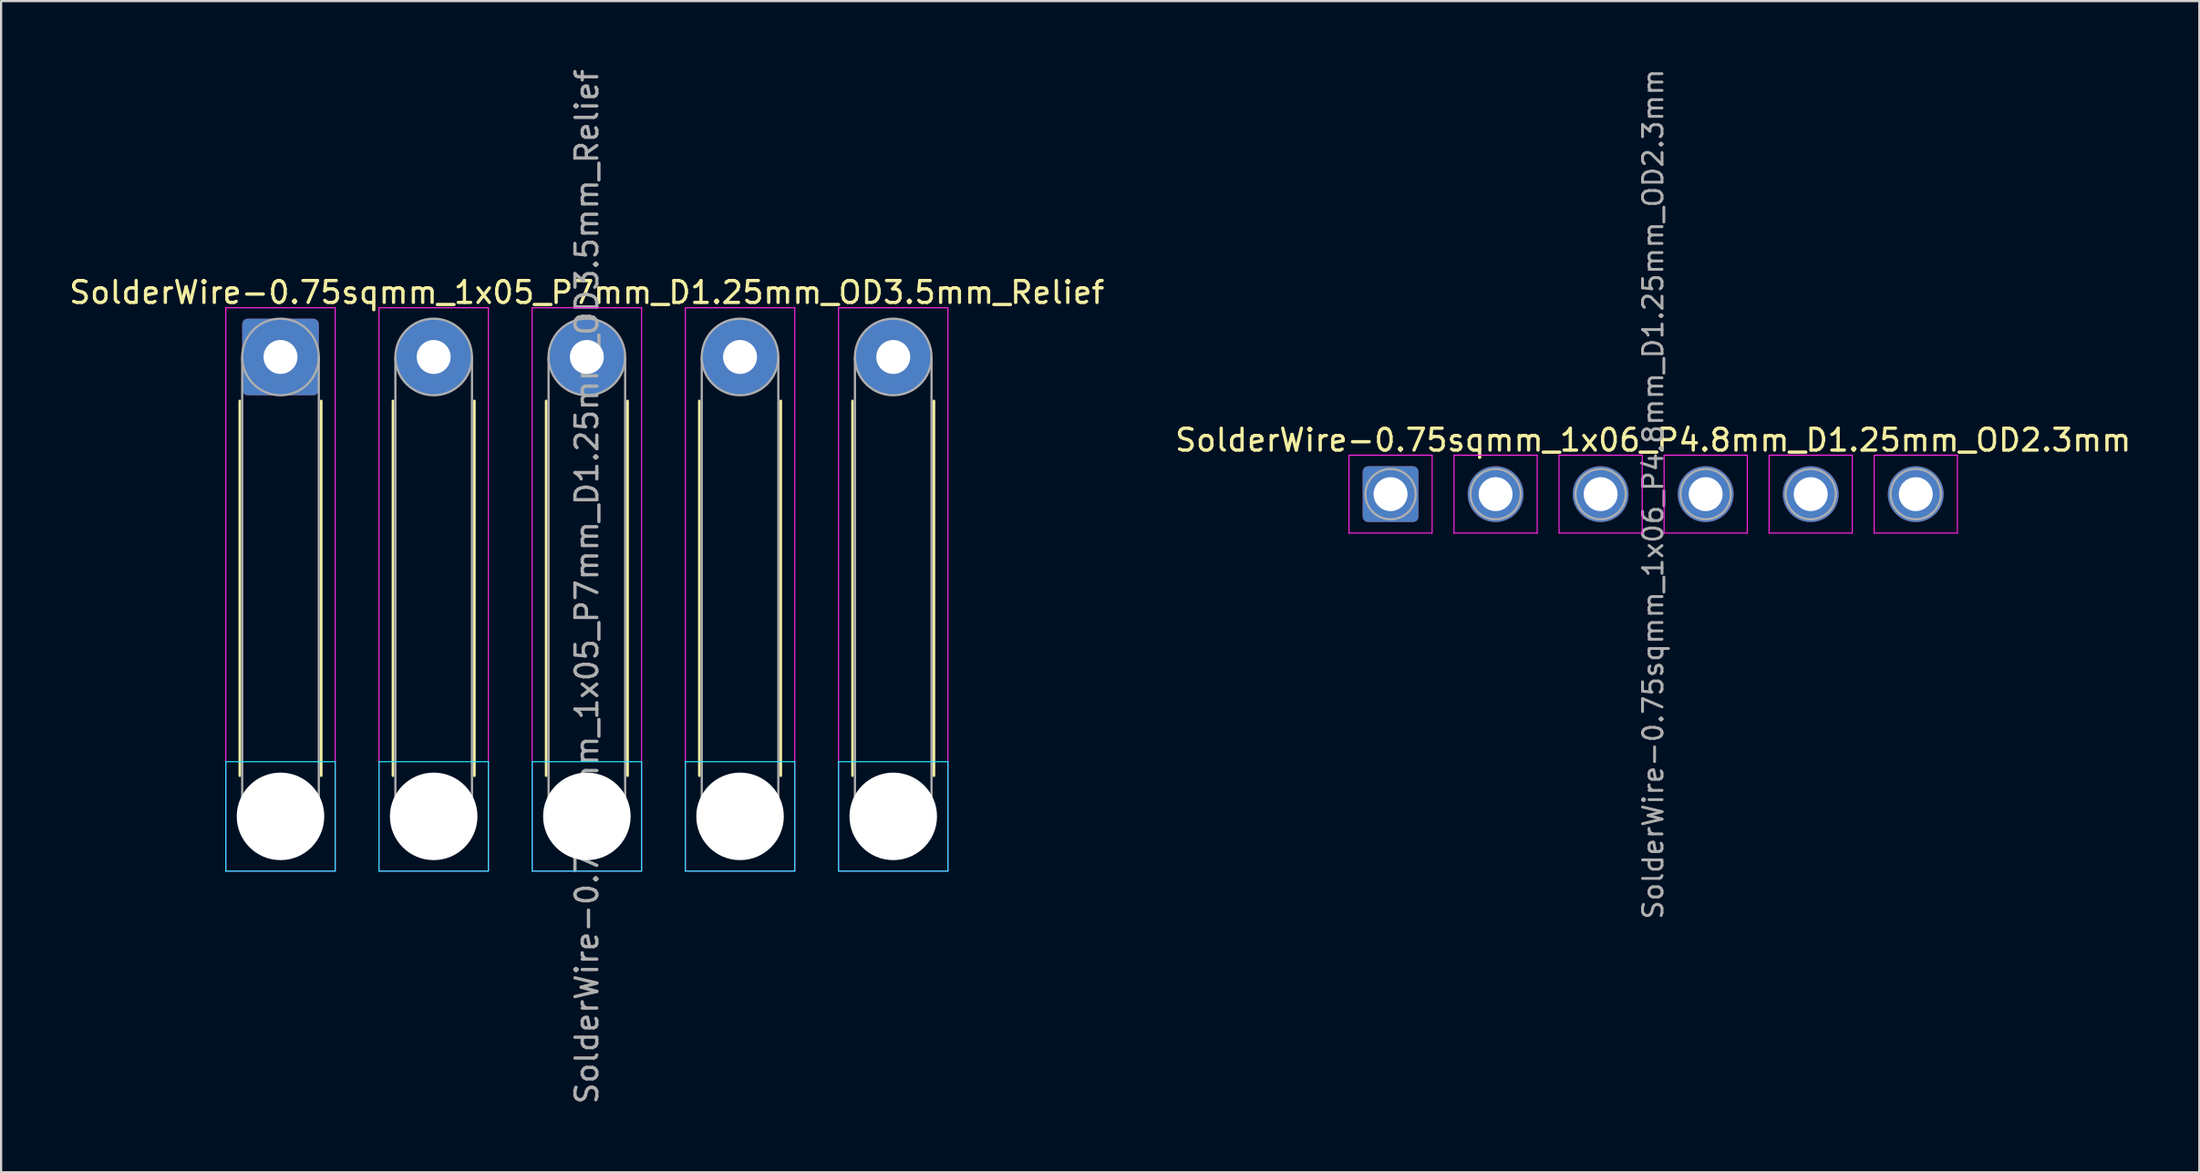
<source format=kicad_pcb>
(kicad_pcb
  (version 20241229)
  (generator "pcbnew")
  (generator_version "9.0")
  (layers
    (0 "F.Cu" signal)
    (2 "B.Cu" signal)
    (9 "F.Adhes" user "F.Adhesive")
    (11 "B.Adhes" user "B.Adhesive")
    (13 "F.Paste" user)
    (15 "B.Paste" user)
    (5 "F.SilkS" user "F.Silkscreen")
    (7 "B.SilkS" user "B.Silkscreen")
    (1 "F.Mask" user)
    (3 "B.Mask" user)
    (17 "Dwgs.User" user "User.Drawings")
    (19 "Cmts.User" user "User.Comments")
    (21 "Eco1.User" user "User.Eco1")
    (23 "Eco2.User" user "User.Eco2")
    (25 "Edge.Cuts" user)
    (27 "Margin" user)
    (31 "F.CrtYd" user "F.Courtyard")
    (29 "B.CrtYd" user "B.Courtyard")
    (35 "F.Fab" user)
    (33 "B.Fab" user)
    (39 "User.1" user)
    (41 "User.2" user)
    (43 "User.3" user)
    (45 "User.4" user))
  (footprint "SolderWire-0.75sqmm_1x06_P4.8mm_D1.25mm_OD2.3mm"
    (layer "F.Cu")
    (at 60.494 19.538)
    (property "Reference" "SolderWire-0.75sqmm_1x06_P4.8mm_D1.25mm_OD2.3mm" (at 12 -2.47 0) (layer "F.SilkS") (effects (font (size 1 1) (thickness 0.15))))
    (attr exclude_from_pos_files exclude_from_bom)
    (fp_line (start -1.9 -1.78) (end -1.9 1.78) (stroke (width 0.05) (type solid)) (layer "F.CrtYd"))
    (fp_line (start -1.9 1.78) (end 1.9 1.78) (stroke (width 0.05) (type solid)) (layer "F.CrtYd"))
    (fp_line (start 1.9 -1.78) (end -1.9 -1.78) (stroke (width 0.05) (type solid)) (layer "F.CrtYd"))
    (fp_line (start 1.9 1.78) (end 1.9 -1.78) (stroke (width 0.05) (type solid)) (layer "F.CrtYd"))
    (fp_line (start 2.9 -1.78) (end 2.9 1.78) (stroke (width 0.05) (type solid)) (layer "F.CrtYd"))
    (fp_line (start 2.9 1.78) (end 6.7 1.78) (stroke (width 0.05) (type solid)) (layer "F.CrtYd"))
    (fp_line (start 6.7 -1.78) (end 2.9 -1.78) (stroke (width 0.05) (type solid)) (layer "F.CrtYd"))
    (fp_line (start 6.7 1.78) (end 6.7 -1.78) (stroke (width 0.05) (type solid)) (layer "F.CrtYd"))
    (fp_line (start 7.7 -1.78) (end 7.7 1.78) (stroke (width 0.05) (type solid)) (layer "F.CrtYd"))
    (fp_line (start 7.7 1.78) (end 11.5 1.78) (stroke (width 0.05) (type solid)) (layer "F.CrtYd"))
    (fp_line (start 11.5 -1.78) (end 7.7 -1.78) (stroke (width 0.05) (type solid)) (layer "F.CrtYd"))
    (fp_line (start 11.5 1.78) (end 11.5 -1.78) (stroke (width 0.05) (type solid)) (layer "F.CrtYd"))
    (fp_line (start 12.5 -1.78) (end 12.5 1.78) (stroke (width 0.05) (type solid)) (layer "F.CrtYd"))
    (fp_line (start 12.5 1.78) (end 16.3 1.78) (stroke (width 0.05) (type solid)) (layer "F.CrtYd"))
    (fp_line (start 16.3 -1.78) (end 12.5 -1.78) (stroke (width 0.05) (type solid)) (layer "F.CrtYd"))
    (fp_line (start 16.3 1.78) (end 16.3 -1.78) (stroke (width 0.05) (type solid)) (layer "F.CrtYd"))
    (fp_line (start 17.3 -1.78) (end 17.3 1.78) (stroke (width 0.05) (type solid)) (layer "F.CrtYd"))
    (fp_line (start 17.3 1.78) (end 21.1 1.78) (stroke (width 0.05) (type solid)) (layer "F.CrtYd"))
    (fp_line (start 21.1 -1.78) (end 17.3 -1.78) (stroke (width 0.05) (type solid)) (layer "F.CrtYd"))
    (fp_line (start 21.1 1.78) (end 21.1 -1.78) (stroke (width 0.05) (type solid)) (layer "F.CrtYd"))
    (fp_line (start 22.1 -1.78) (end 22.1 1.78) (stroke (width 0.05) (type solid)) (layer "F.CrtYd"))
    (fp_line (start 22.1 1.78) (end 25.9 1.78) (stroke (width 0.05) (type solid)) (layer "F.CrtYd"))
    (fp_line (start 25.9 -1.78) (end 22.1 -1.78) (stroke (width 0.05) (type solid)) (layer "F.CrtYd"))
    (fp_line (start 25.9 1.78) (end 25.9 -1.78) (stroke (width 0.05) (type solid)) (layer "F.CrtYd"))
    (fp_circle (center 0 0) (end 1.15 0) (stroke (width 0.1) (type solid)) (fill no) (layer "F.Fab"))
    (fp_circle (center 4.8 0) (end 5.95 0) (stroke (width 0.1) (type solid)) (fill no) (layer "F.Fab"))
    (fp_circle (center 9.6 0) (end 10.75 0) (stroke (width 0.1) (type solid)) (fill no) (layer "F.Fab"))
    (fp_circle (center 14.4 0) (end 15.55 0) (stroke (width 0.1) (type solid)) (fill no) (layer "F.Fab"))
    (fp_circle (center 19.2 0) (end 20.35 0) (stroke (width 0.1) (type solid)) (fill no) (layer "F.Fab"))
    (fp_circle (center 24 0) (end 25.15 0) (stroke (width 0.1) (type solid)) (fill no) (layer "F.Fab"))
    (fp_text user "${REFERENCE}" (at 12 0 90) (layer "F.Fab") (effects (font (size 0.89 0.89) (thickness 0.13))))
    (pad "1" thru_hole roundrect (at 0 0) (size 2.55 2.55) (drill 1.55) (layers "*.Cu" "*.Mask") (roundrect_rratio 0.098))
    (pad "2" thru_hole circle (at 4.8 0) (size 2.55 2.55) (drill 1.55) (layers "*.Cu" "*.Mask"))
    (pad "3" thru_hole circle (at 9.6 0) (size 2.55 2.55) (drill 1.55) (layers "*.Cu" "*.Mask"))
    (pad "4" thru_hole circle (at 14.4 0) (size 2.55 2.55) (drill 1.55) (layers "*.Cu" "*.Mask"))
    (pad "5" thru_hole circle (at 19.2 0) (size 2.55 2.55) (drill 1.55) (layers "*.Cu" "*.Mask"))
    (pad "6" thru_hole circle (at 24 0) (size 2.55 2.55) (drill 1.55) (layers "*.Cu" "*.Mask")))
  (footprint "SolderWire-0.75sqmm_1x05_P7mm_D1.25mm_OD3.5mm_Relief"
    (layer "F.Cu")
    (at 9.768 13.268)
    (property "Reference" "SolderWire-0.75sqmm_1x05_P7mm_D1.25mm_OD3.5mm_Relief" (at 14 -2.95 0) (layer "F.SilkS") (effects (font (size 1 1) (thickness 0.15))))
    (attr exclude_from_pos_files exclude_from_bom)
    (fp_line (start -1.86 2.01) (end -1.86 19.14) (stroke (width 0.12) (type solid)) (layer "F.SilkS"))
    (fp_line (start 1.86 2.01) (end 1.86 19.14) (stroke (width 0.12) (type solid)) (layer "F.SilkS"))
    (fp_line (start 5.14 2.01) (end 5.14 19.14) (stroke (width 0.12) (type solid)) (layer "F.SilkS"))
    (fp_line (start 8.86 2.01) (end 8.86 19.14) (stroke (width 0.12) (type solid)) (layer "F.SilkS"))
    (fp_line (start 12.14 2.01) (end 12.14 19.14) (stroke (width 0.12) (type solid)) (layer "F.SilkS"))
    (fp_line (start 15.86 2.01) (end 15.86 19.14) (stroke (width 0.12) (type solid)) (layer "F.SilkS"))
    (fp_line (start 19.14 2.01) (end 19.14 19.14) (stroke (width 0.12) (type solid)) (layer "F.SilkS"))
    (fp_line (start 22.86 2.01) (end 22.86 19.14) (stroke (width 0.12) (type solid)) (layer "F.SilkS"))
    (fp_line (start 26.14 2.01) (end 26.14 19.14) (stroke (width 0.12) (type solid)) (layer "F.SilkS"))
    (fp_line (start 29.86 2.01) (end 29.86 19.14) (stroke (width 0.12) (type solid)) (layer "F.SilkS"))
    (fp_line (start -2.5 18.5) (end -2.5 23.5) (stroke (width 0.05) (type solid)) (layer "B.CrtYd"))
    (fp_line (start -2.5 23.5) (end 2.5 23.5) (stroke (width 0.05) (type solid)) (layer "B.CrtYd"))
    (fp_line (start 2.5 18.5) (end -2.5 18.5) (stroke (width 0.05) (type solid)) (layer "B.CrtYd"))
    (fp_line (start 2.5 23.5) (end 2.5 18.5) (stroke (width 0.05) (type solid)) (layer "B.CrtYd"))
    (fp_line (start 4.5 18.5) (end 4.5 23.5) (stroke (width 0.05) (type solid)) (layer "B.CrtYd"))
    (fp_line (start 4.5 23.5) (end 9.5 23.5) (stroke (width 0.05) (type solid)) (layer "B.CrtYd"))
    (fp_line (start 9.5 18.5) (end 4.5 18.5) (stroke (width 0.05) (type solid)) (layer "B.CrtYd"))
    (fp_line (start 9.5 23.5) (end 9.5 18.5) (stroke (width 0.05) (type solid)) (layer "B.CrtYd"))
    (fp_line (start 11.5 18.5) (end 11.5 23.5) (stroke (width 0.05) (type solid)) (layer "B.CrtYd"))
    (fp_line (start 11.5 23.5) (end 16.5 23.5) (stroke (width 0.05) (type solid)) (layer "B.CrtYd"))
    (fp_line (start 16.5 18.5) (end 11.5 18.5) (stroke (width 0.05) (type solid)) (layer "B.CrtYd"))
    (fp_line (start 16.5 23.5) (end 16.5 18.5) (stroke (width 0.05) (type solid)) (layer "B.CrtYd"))
    (fp_line (start 18.5 18.5) (end 18.5 23.5) (stroke (width 0.05) (type solid)) (layer "B.CrtYd"))
    (fp_line (start 18.5 23.5) (end 23.5 23.5) (stroke (width 0.05) (type solid)) (layer "B.CrtYd"))
    (fp_line (start 23.5 18.5) (end 18.5 18.5) (stroke (width 0.05) (type solid)) (layer "B.CrtYd"))
    (fp_line (start 23.5 23.5) (end 23.5 18.5) (stroke (width 0.05) (type solid)) (layer "B.CrtYd"))
    (fp_line (start 25.5 18.5) (end 25.5 23.5) (stroke (width 0.05) (type solid)) (layer "B.CrtYd"))
    (fp_line (start 25.5 23.5) (end 30.5 23.5) (stroke (width 0.05) (type solid)) (layer "B.CrtYd"))
    (fp_line (start 30.5 18.5) (end 25.5 18.5) (stroke (width 0.05) (type solid)) (layer "B.CrtYd"))
    (fp_line (start 30.5 23.5) (end 30.5 18.5) (stroke (width 0.05) (type solid)) (layer "B.CrtYd"))
    (fp_line (start -2.5 -2.25) (end -2.5 23.5) (stroke (width 0.05) (type solid)) (layer "F.CrtYd"))
    (fp_line (start -2.5 23.5) (end 2.5 23.5) (stroke (width 0.05) (type solid)) (layer "F.CrtYd"))
    (fp_line (start 2.5 -2.25) (end -2.5 -2.25) (stroke (width 0.05) (type solid)) (layer "F.CrtYd"))
    (fp_line (start 2.5 23.5) (end 2.5 -2.25) (stroke (width 0.05) (type solid)) (layer "F.CrtYd"))
    (fp_line (start 4.5 -2.25) (end 4.5 23.5) (stroke (width 0.05) (type solid)) (layer "F.CrtYd"))
    (fp_line (start 4.5 23.5) (end 9.5 23.5) (stroke (width 0.05) (type solid)) (layer "F.CrtYd"))
    (fp_line (start 9.5 -2.25) (end 4.5 -2.25) (stroke (width 0.05) (type solid)) (layer "F.CrtYd"))
    (fp_line (start 9.5 23.5) (end 9.5 -2.25) (stroke (width 0.05) (type solid)) (layer "F.CrtYd"))
    (fp_line (start 11.5 -2.25) (end 11.5 23.5) (stroke (width 0.05) (type solid)) (layer "F.CrtYd"))
    (fp_line (start 11.5 23.5) (end 16.5 23.5) (stroke (width 0.05) (type solid)) (layer "F.CrtYd"))
    (fp_line (start 16.5 -2.25) (end 11.5 -2.25) (stroke (width 0.05) (type solid)) (layer "F.CrtYd"))
    (fp_line (start 16.5 23.5) (end 16.5 -2.25) (stroke (width 0.05) (type solid)) (layer "F.CrtYd"))
    (fp_line (start 18.5 -2.25) (end 18.5 23.5) (stroke (width 0.05) (type solid)) (layer "F.CrtYd"))
    (fp_line (start 18.5 23.5) (end 23.5 23.5) (stroke (width 0.05) (type solid)) (layer "F.CrtYd"))
    (fp_line (start 23.5 -2.25) (end 18.5 -2.25) (stroke (width 0.05) (type solid)) (layer "F.CrtYd"))
    (fp_line (start 23.5 23.5) (end 23.5 -2.25) (stroke (width 0.05) (type solid)) (layer "F.CrtYd"))
    (fp_line (start 25.5 -2.25) (end 25.5 23.5) (stroke (width 0.05) (type solid)) (layer "F.CrtYd"))
    (fp_line (start 25.5 23.5) (end 30.5 23.5) (stroke (width 0.05) (type solid)) (layer "F.CrtYd"))
    (fp_line (start 30.5 -2.25) (end 25.5 -2.25) (stroke (width 0.05) (type solid)) (layer "F.CrtYd"))
    (fp_line (start 30.5 23.5) (end 30.5 -2.25) (stroke (width 0.05) (type solid)) (layer "F.CrtYd"))
    (fp_line (start -1.75 0) (end -1.75 21) (stroke (width 0.1) (type solid)) (layer "F.Fab"))
    (fp_line (start 1.75 0) (end 1.75 21) (stroke (width 0.1) (type solid)) (layer "F.Fab"))
    (fp_line (start 5.25 0) (end 5.25 21) (stroke (width 0.1) (type solid)) (layer "F.Fab"))
    (fp_line (start 8.75 0) (end 8.75 21) (stroke (width 0.1) (type solid)) (layer "F.Fab"))
    (fp_line (start 12.25 0) (end 12.25 21) (stroke (width 0.1) (type solid)) (layer "F.Fab"))
    (fp_line (start 15.75 0) (end 15.75 21) (stroke (width 0.1) (type solid)) (layer "F.Fab"))
    (fp_line (start 19.25 0) (end 19.25 21) (stroke (width 0.1) (type solid)) (layer "F.Fab"))
    (fp_line (start 22.75 0) (end 22.75 21) (stroke (width 0.1) (type solid)) (layer "F.Fab"))
    (fp_line (start 26.25 0) (end 26.25 21) (stroke (width 0.1) (type solid)) (layer "F.Fab"))
    (fp_line (start 29.75 0) (end 29.75 21) (stroke (width 0.1) (type solid)) (layer "F.Fab"))
    (fp_circle (center 0 0) (end 1.75 0) (stroke (width 0.1) (type solid)) (fill no) (layer "F.Fab"))
    (fp_circle (center 0 21) (end 1.75 21) (stroke (width 0.1) (type solid)) (fill no) (layer "F.Fab"))
    (fp_circle (center 7 0) (end 8.75 0) (stroke (width 0.1) (type solid)) (fill no) (layer "F.Fab"))
    (fp_circle (center 7 21) (end 8.75 21) (stroke (width 0.1) (type solid)) (fill no) (layer "F.Fab"))
    (fp_circle (center 14 0) (end 15.75 0) (stroke (width 0.1) (type solid)) (fill no) (layer "F.Fab"))
    (fp_circle (center 14 21) (end 15.75 21) (stroke (width 0.1) (type solid)) (fill no) (layer "F.Fab"))
    (fp_circle (center 21 0) (end 22.75 0) (stroke (width 0.1) (type solid)) (fill no) (layer "F.Fab"))
    (fp_circle (center 21 21) (end 22.75 21) (stroke (width 0.1) (type solid)) (fill no) (layer "F.Fab"))
    (fp_circle (center 28 0) (end 29.75 0) (stroke (width 0.1) (type solid)) (fill no) (layer "F.Fab"))
    (fp_circle (center 28 21) (end 29.75 21) (stroke (width 0.1) (type solid)) (fill no) (layer "F.Fab"))
    (fp_text user "${REFERENCE}" (at 14 10.5 90) (layer "F.Fab") (effects (font (size 1 1) (thickness 0.15))))
    (pad "" np_thru_hole circle (at 0 21) (size 4 4) (drill 4) (layers "*.Cu" "*.Mask"))
    (pad "" np_thru_hole circle (at 7 21) (size 4 4) (drill 4) (layers "*.Cu" "*.Mask"))
    (pad "" np_thru_hole circle (at 14 21) (size 4 4) (drill 4) (layers "*.Cu" "*.Mask"))
    (pad "" np_thru_hole circle (at 21 21) (size 4 4) (drill 4) (layers "*.Cu" "*.Mask"))
    (pad "" np_thru_hole circle (at 28 21) (size 4 4) (drill 4) (layers "*.Cu" "*.Mask"))
    (pad "1" thru_hole roundrect (at 0 0) (size 3.5 3.5) (drill 1.55) (layers "*.Cu" "*.Mask") (roundrect_rratio 0.071))
    (pad "2" thru_hole circle (at 7 0) (size 3.5 3.5) (drill 1.55) (layers "*.Cu" "*.Mask"))
    (pad "3" thru_hole circle (at 14 0) (size 3.5 3.5) (drill 1.55) (layers "*.Cu" "*.Mask"))
    (pad "4" thru_hole circle (at 21 0) (size 3.5 3.5) (drill 1.55) (layers "*.Cu" "*.Mask"))
    (pad "5" thru_hole circle (at 28 0) (size 3.5 3.5) (drill 1.55) (layers "*.Cu" "*.Mask")))
  (gr_rect
    (start -3 -3)
    (end 97.452 50.536)
    (stroke (width 0.1) (type default))
    (fill no)
    (layer "Edge.Cuts")))
</source>
